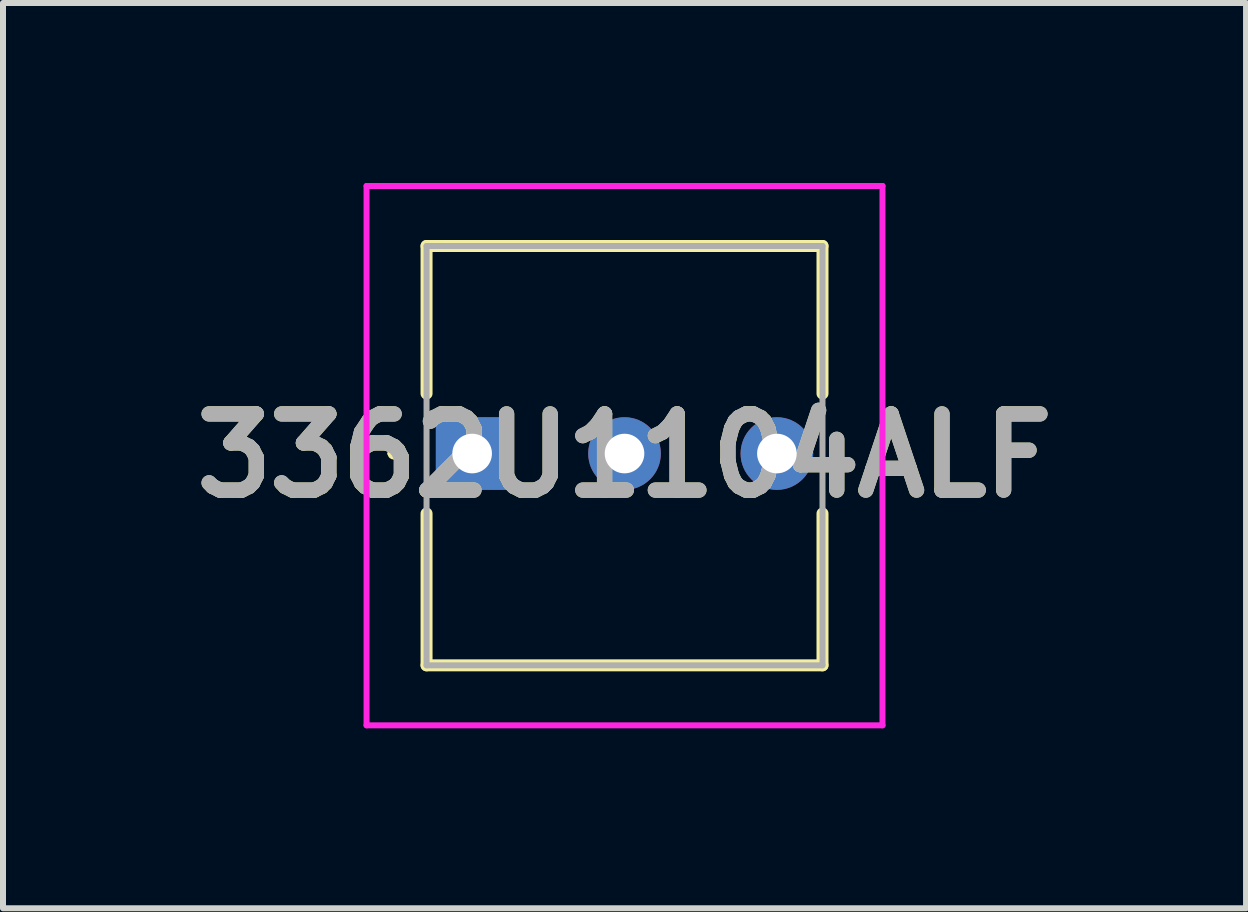
<source format=kicad_pcb>
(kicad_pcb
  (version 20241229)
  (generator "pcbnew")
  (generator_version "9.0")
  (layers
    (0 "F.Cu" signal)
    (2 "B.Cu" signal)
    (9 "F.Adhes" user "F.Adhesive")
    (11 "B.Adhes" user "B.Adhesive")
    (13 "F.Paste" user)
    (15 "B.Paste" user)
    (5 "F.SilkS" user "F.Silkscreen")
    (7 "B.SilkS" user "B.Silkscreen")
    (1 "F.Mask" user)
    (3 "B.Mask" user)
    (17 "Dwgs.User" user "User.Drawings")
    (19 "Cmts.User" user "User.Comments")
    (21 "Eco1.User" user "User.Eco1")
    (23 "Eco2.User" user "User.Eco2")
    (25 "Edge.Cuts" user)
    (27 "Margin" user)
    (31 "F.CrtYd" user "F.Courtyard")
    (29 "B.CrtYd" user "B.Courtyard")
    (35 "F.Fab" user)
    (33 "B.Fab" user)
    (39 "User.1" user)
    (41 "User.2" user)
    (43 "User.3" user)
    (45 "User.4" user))
  (footprint "3362U1104ALF"
    (layer "F.Cu")
    (at 4.82 4.51)
    (property "Reference" "3362U1104ALF" (at 2.54 0.035 0) (layer "F.SilkS") (effects (font (size 1.27 1.27) (thickness 0.254))))
    (attr through_hole)
    (fp_line (start -1.36 0) (end -1.36 0) (stroke (width 0.1) (type solid)) (layer "F.SilkS"))
    (fp_line (start -1.26 0) (end -1.26 0) (stroke (width 0.1) (type solid)) (layer "F.SilkS"))
    (fp_line (start -0.76 -3.46) (end 5.84 -3.46) (stroke (width 0.2) (type solid)) (layer "F.SilkS"))
    (fp_line (start -0.76 -1) (end -0.76 -3.46) (stroke (width 0.2) (type solid)) (layer "F.SilkS"))
    (fp_line (start -0.76 1) (end -0.76 3.53) (stroke (width 0.2) (type solid)) (layer "F.SilkS"))
    (fp_line (start -0.76 3.53) (end 5.84 3.53) (stroke (width 0.2) (type solid)) (layer "F.SilkS"))
    (fp_line (start 5.84 -3.46) (end 5.84 -1) (stroke (width 0.2) (type solid)) (layer "F.SilkS"))
    (fp_line (start 5.84 3.53) (end 5.84 1) (stroke (width 0.2) (type solid)) (layer "F.SilkS"))
    (fp_arc (start -1.36 0) (mid -1.31 -0.05) (end -1.26 0) (stroke (width 0.1) (type solid)) (layer "F.SilkS"))
    (fp_arc (start -1.26 0) (mid -1.31 0.05) (end -1.36 0) (stroke (width 0.1) (type solid)) (layer "F.SilkS"))
    (fp_line (start -1.76 -4.46) (end 6.84 -4.46) (stroke (width 0.1) (type solid)) (layer "F.CrtYd"))
    (fp_line (start -1.76 4.53) (end -1.76 -4.46) (stroke (width 0.1) (type solid)) (layer "F.CrtYd"))
    (fp_line (start 6.84 -4.46) (end 6.84 4.53) (stroke (width 0.1) (type solid)) (layer "F.CrtYd"))
    (fp_line (start 6.84 4.53) (end -1.76 4.53) (stroke (width 0.1) (type solid)) (layer "F.CrtYd"))
    (fp_line (start -0.76 -3.46) (end 5.84 -3.46) (stroke (width 0.1) (type solid)) (layer "F.Fab"))
    (fp_line (start -0.76 3.53) (end -0.76 -3.46) (stroke (width 0.1) (type solid)) (layer "F.Fab"))
    (fp_line (start 5.84 -3.46) (end 5.84 3.53) (stroke (width 0.1) (type solid)) (layer "F.Fab"))
    (fp_line (start 5.84 3.53) (end -0.76 3.53) (stroke (width 0.1) (type solid)) (layer "F.Fab"))
    (fp_text user "${REFERENCE}" (at 2.54 0.035 0) (layer "F.Fab") (effects (font (size 1.27 1.27) (thickness 0.254))))
    (pad "1" thru_hole rect (at 0 0) (size 1.21 1.21) (drill 0.66) (layers "*.Cu" "*.Mask"))
    (pad "2" thru_hole circle (at 2.54 0) (size 1.21 1.21) (drill 0.66) (layers "*.Cu" "*.Mask"))
    (pad "3" thru_hole circle (at 5.08 0) (size 1.21 1.21) (drill 0.66) (layers "*.Cu" "*.Mask")))
  (gr_rect
    (start -3 -3)
    (end 17.72 12.09)
    (stroke (width 0.1) (type default))
    (fill no)
    (layer "Edge.Cuts")))
</source>
